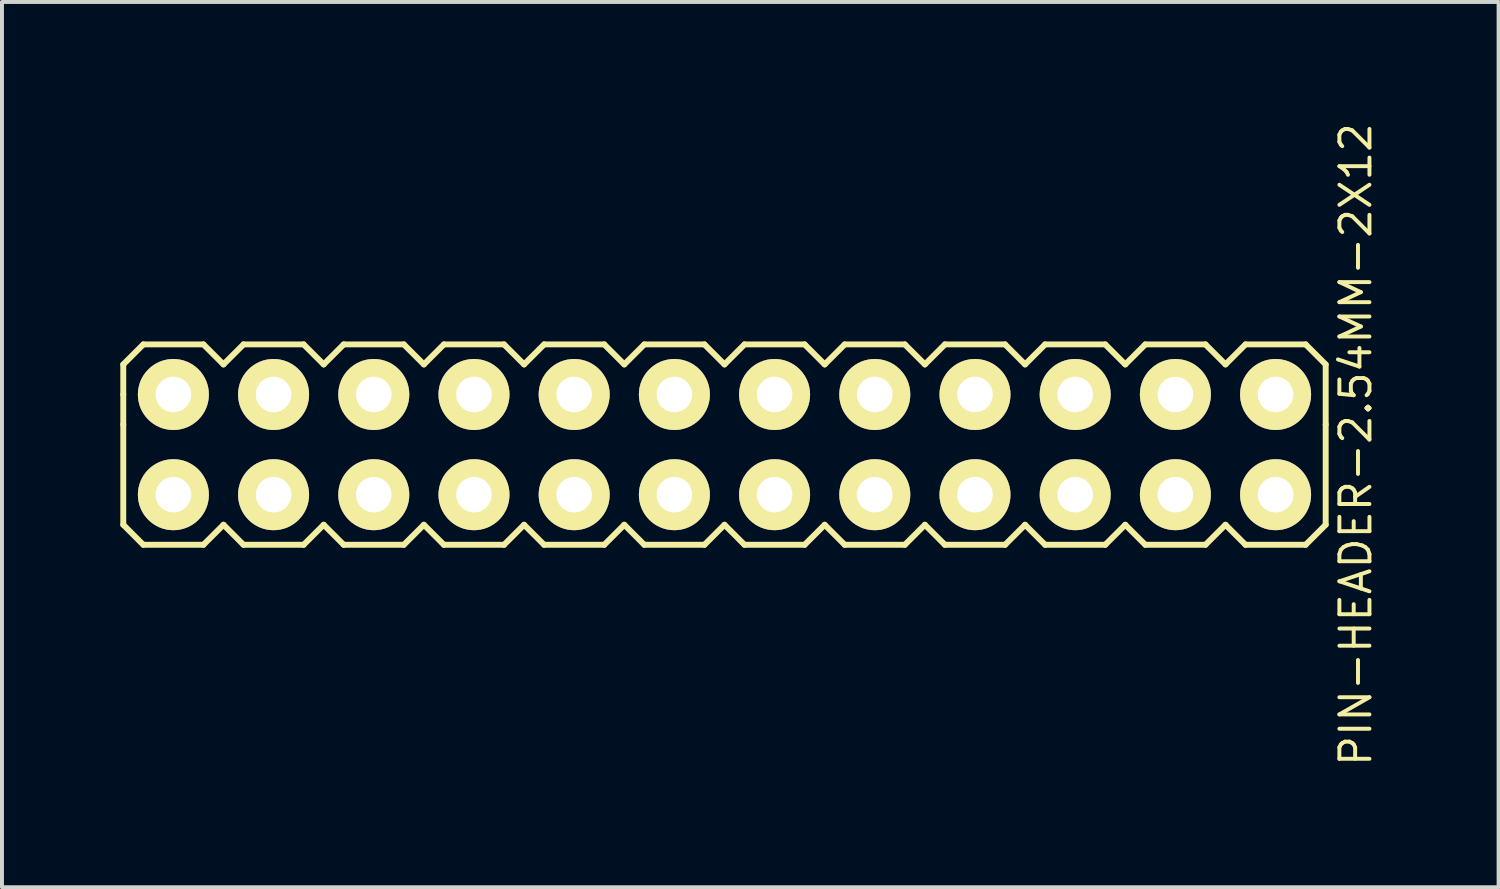
<source format=kicad_pcb>
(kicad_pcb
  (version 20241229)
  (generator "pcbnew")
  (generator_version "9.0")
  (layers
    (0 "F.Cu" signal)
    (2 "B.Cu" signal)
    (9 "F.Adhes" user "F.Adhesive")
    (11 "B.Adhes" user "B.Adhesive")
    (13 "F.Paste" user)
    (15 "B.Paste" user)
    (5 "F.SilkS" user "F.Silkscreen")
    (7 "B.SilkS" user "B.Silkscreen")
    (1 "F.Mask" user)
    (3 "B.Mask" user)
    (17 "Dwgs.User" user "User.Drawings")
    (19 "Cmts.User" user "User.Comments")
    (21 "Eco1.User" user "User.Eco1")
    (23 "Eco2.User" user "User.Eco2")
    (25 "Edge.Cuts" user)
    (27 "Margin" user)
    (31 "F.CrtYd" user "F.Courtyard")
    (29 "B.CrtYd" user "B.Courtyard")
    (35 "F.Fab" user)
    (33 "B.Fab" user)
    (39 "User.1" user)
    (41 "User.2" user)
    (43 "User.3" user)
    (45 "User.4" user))
  (footprint "PIN-HEADER-2.54MM-2X12"
    (layer "F.Cu")
    (at 15.315 8.22)
    (property "Reference" "PIN-HEADER-2.54MM-2X12" (at 16.002 0 90) (layer "F.SilkS") (effects (font (size 0.762 0.762) (thickness 0.1))))
    (attr through_hole)
    (fp_line (start -15.24 -2.032) (end -14.732 -2.54) (stroke (width 0.15) (type solid)) (layer "F.SilkS"))
    (fp_line (start -15.24 -1.27) (end -15.24 -2.032) (stroke (width 0.15) (type solid)) (layer "F.SilkS"))
    (fp_line (start -15.24 -0.508) (end -15.24 -1.27) (stroke (width 0.15) (type solid)) (layer "F.SilkS"))
    (fp_line (start -15.24 -0.508) (end -15.24 2.032) (stroke (width 0.15) (type solid)) (layer "F.SilkS"))
    (fp_line (start -14.732 -2.54) (end -13.208 -2.54) (stroke (width 0.15) (type solid)) (layer "F.SilkS"))
    (fp_line (start -14.732 2.54) (end -15.24 2.032) (stroke (width 0.15) (type solid)) (layer "F.SilkS"))
    (fp_line (start -13.208 -2.54) (end -12.7 -2.032) (stroke (width 0.15) (type solid)) (layer "F.SilkS"))
    (fp_line (start -13.208 2.54) (end -14.732 2.54) (stroke (width 0.15) (type solid)) (layer "F.SilkS"))
    (fp_line (start -12.7 -2.032) (end -12.192 -2.54) (stroke (width 0.15) (type solid)) (layer "F.SilkS"))
    (fp_line (start -12.7 2.032) (end -13.208 2.54) (stroke (width 0.15) (type solid)) (layer "F.SilkS"))
    (fp_line (start -12.192 -2.54) (end -10.668 -2.54) (stroke (width 0.15) (type solid)) (layer "F.SilkS"))
    (fp_line (start -12.192 2.54) (end -12.7 2.032) (stroke (width 0.15) (type solid)) (layer "F.SilkS"))
    (fp_line (start -10.668 -2.54) (end -10.16 -2.032) (stroke (width 0.15) (type solid)) (layer "F.SilkS"))
    (fp_line (start -10.668 2.54) (end -12.192 2.54) (stroke (width 0.15) (type solid)) (layer "F.SilkS"))
    (fp_line (start -10.16 -2.032) (end -9.652 -2.54) (stroke (width 0.15) (type solid)) (layer "F.SilkS"))
    (fp_line (start -10.16 2.032) (end -10.668 2.54) (stroke (width 0.15) (type solid)) (layer "F.SilkS"))
    (fp_line (start -9.652 -2.54) (end -8.128 -2.54) (stroke (width 0.15) (type solid)) (layer "F.SilkS"))
    (fp_line (start -9.652 2.54) (end -10.16 2.032) (stroke (width 0.15) (type solid)) (layer "F.SilkS"))
    (fp_line (start -8.128 -2.54) (end -7.62 -2.032) (stroke (width 0.15) (type solid)) (layer "F.SilkS"))
    (fp_line (start -8.128 2.54) (end -9.652 2.54) (stroke (width 0.15) (type solid)) (layer "F.SilkS"))
    (fp_line (start -7.62 -2.032) (end -7.112 -2.54) (stroke (width 0.15) (type solid)) (layer "F.SilkS"))
    (fp_line (start -7.62 2.032) (end -8.128 2.54) (stroke (width 0.15) (type solid)) (layer "F.SilkS"))
    (fp_line (start -7.112 -2.54) (end -5.588 -2.54) (stroke (width 0.15) (type solid)) (layer "F.SilkS"))
    (fp_line (start -7.112 2.54) (end -7.62 2.032) (stroke (width 0.15) (type solid)) (layer "F.SilkS"))
    (fp_line (start -5.588 -2.54) (end -5.08 -2.032) (stroke (width 0.15) (type solid)) (layer "F.SilkS"))
    (fp_line (start -5.588 2.54) (end -7.112 2.54) (stroke (width 0.15) (type solid)) (layer "F.SilkS"))
    (fp_line (start -5.08 -2.032) (end -4.572 -2.54) (stroke (width 0.15) (type solid)) (layer "F.SilkS"))
    (fp_line (start -5.08 2.032) (end -5.588 2.54) (stroke (width 0.15) (type solid)) (layer "F.SilkS"))
    (fp_line (start -4.572 -2.54) (end -3.048 -2.54) (stroke (width 0.15) (type solid)) (layer "F.SilkS"))
    (fp_line (start -4.572 2.54) (end -5.08 2.032) (stroke (width 0.15) (type solid)) (layer "F.SilkS"))
    (fp_line (start -3.048 -2.54) (end -2.54 -2.032) (stroke (width 0.15) (type solid)) (layer "F.SilkS"))
    (fp_line (start -3.048 2.54) (end -4.572 2.54) (stroke (width 0.15) (type solid)) (layer "F.SilkS"))
    (fp_line (start -2.54 -2.032) (end -2.032 -2.54) (stroke (width 0.15) (type solid)) (layer "F.SilkS"))
    (fp_line (start -2.54 2.032) (end -3.048 2.54) (stroke (width 0.15) (type solid)) (layer "F.SilkS"))
    (fp_line (start -2.032 -2.54) (end -0.508 -2.54) (stroke (width 0.15) (type solid)) (layer "F.SilkS"))
    (fp_line (start -2.032 2.54) (end -2.54 2.032) (stroke (width 0.15) (type solid)) (layer "F.SilkS"))
    (fp_line (start -0.508 -2.54) (end 0 -2.032) (stroke (width 0.15) (type solid)) (layer "F.SilkS"))
    (fp_line (start -0.508 2.54) (end -2.032 2.54) (stroke (width 0.15) (type solid)) (layer "F.SilkS"))
    (fp_line (start 0 -2.032) (end 0.508 -2.54) (stroke (width 0.15) (type solid)) (layer "F.SilkS"))
    (fp_line (start 0 2.032) (end -0.508 2.54) (stroke (width 0.15) (type solid)) (layer "F.SilkS"))
    (fp_line (start 0.508 -2.54) (end 2.032 -2.54) (stroke (width 0.15) (type solid)) (layer "F.SilkS"))
    (fp_line (start 0.508 2.54) (end 0 2.032) (stroke (width 0.15) (type solid)) (layer "F.SilkS"))
    (fp_line (start 2.032 -2.54) (end 2.54 -2.032) (stroke (width 0.15) (type solid)) (layer "F.SilkS"))
    (fp_line (start 2.032 2.54) (end 0.508 2.54) (stroke (width 0.15) (type solid)) (layer "F.SilkS"))
    (fp_line (start 2.54 -2.032) (end 3.048 -2.54) (stroke (width 0.15) (type solid)) (layer "F.SilkS"))
    (fp_line (start 2.54 2.032) (end 2.032 2.54) (stroke (width 0.15) (type solid)) (layer "F.SilkS"))
    (fp_line (start 3.048 -2.54) (end 4.572 -2.54) (stroke (width 0.15) (type solid)) (layer "F.SilkS"))
    (fp_line (start 3.048 2.54) (end 2.54 2.032) (stroke (width 0.15) (type solid)) (layer "F.SilkS"))
    (fp_line (start 4.572 -2.54) (end 5.08 -2.032) (stroke (width 0.15) (type solid)) (layer "F.SilkS"))
    (fp_line (start 4.572 2.54) (end 3.048 2.54) (stroke (width 0.15) (type solid)) (layer "F.SilkS"))
    (fp_line (start 5.08 -2.032) (end 5.588 -2.54) (stroke (width 0.15) (type solid)) (layer "F.SilkS"))
    (fp_line (start 5.08 2.032) (end 4.572 2.54) (stroke (width 0.15) (type solid)) (layer "F.SilkS"))
    (fp_line (start 5.588 -2.54) (end 7.112 -2.54) (stroke (width 0.15) (type solid)) (layer "F.SilkS"))
    (fp_line (start 5.588 2.54) (end 5.08 2.032) (stroke (width 0.15) (type solid)) (layer "F.SilkS"))
    (fp_line (start 7.112 -2.54) (end 7.62 -2.032) (stroke (width 0.15) (type solid)) (layer "F.SilkS"))
    (fp_line (start 7.112 2.54) (end 5.588 2.54) (stroke (width 0.15) (type solid)) (layer "F.SilkS"))
    (fp_line (start 7.62 -2.032) (end 8.128 -2.54) (stroke (width 0.15) (type solid)) (layer "F.SilkS"))
    (fp_line (start 7.62 2.032) (end 7.112 2.54) (stroke (width 0.15) (type solid)) (layer "F.SilkS"))
    (fp_line (start 8.128 -2.54) (end 9.652 -2.54) (stroke (width 0.15) (type solid)) (layer "F.SilkS"))
    (fp_line (start 8.128 2.54) (end 7.62 2.032) (stroke (width 0.15) (type solid)) (layer "F.SilkS"))
    (fp_line (start 9.652 -2.54) (end 10.16 -2.032) (stroke (width 0.15) (type solid)) (layer "F.SilkS"))
    (fp_line (start 9.652 2.54) (end 8.128 2.54) (stroke (width 0.15) (type solid)) (layer "F.SilkS"))
    (fp_line (start 10.16 -2.032) (end 10.668 -2.54) (stroke (width 0.15) (type solid)) (layer "F.SilkS"))
    (fp_line (start 10.16 2.032) (end 9.652 2.54) (stroke (width 0.15) (type solid)) (layer "F.SilkS"))
    (fp_line (start 10.668 -2.54) (end 12.192 -2.54) (stroke (width 0.15) (type solid)) (layer "F.SilkS"))
    (fp_line (start 10.668 2.54) (end 10.16 2.032) (stroke (width 0.15) (type solid)) (layer "F.SilkS"))
    (fp_line (start 12.192 -2.54) (end 12.7 -2.032) (stroke (width 0.15) (type solid)) (layer "F.SilkS"))
    (fp_line (start 12.192 2.54) (end 10.668 2.54) (stroke (width 0.15) (type solid)) (layer "F.SilkS"))
    (fp_line (start 12.7 -2.032) (end 13.208 -2.54) (stroke (width 0.15) (type solid)) (layer "F.SilkS"))
    (fp_line (start 12.7 2.032) (end 12.192 2.54) (stroke (width 0.15) (type solid)) (layer "F.SilkS"))
    (fp_line (start 13.208 -2.54) (end 14.732 -2.54) (stroke (width 0.15) (type solid)) (layer "F.SilkS"))
    (fp_line (start 13.208 2.54) (end 12.7 2.032) (stroke (width 0.15) (type solid)) (layer "F.SilkS"))
    (fp_line (start 14.732 -2.54) (end 15.24 -2.032) (stroke (width 0.15) (type solid)) (layer "F.SilkS"))
    (fp_line (start 14.732 2.54) (end 13.208 2.54) (stroke (width 0.15) (type solid)) (layer "F.SilkS"))
    (fp_line (start 15.24 -2.032) (end 15.24 -0.508) (stroke (width 0.15) (type solid)) (layer "F.SilkS"))
    (fp_line (start 15.24 -0.508) (end 15.24 2.032) (stroke (width 0.15) (type solid)) (layer "F.SilkS"))
    (fp_line (start 15.24 2.032) (end 14.732 2.54) (stroke (width 0.15) (type solid)) (layer "F.SilkS"))
    (pad "1" thru_hole circle (at -13.97 1.27) (size 1.8 1.8) (drill 0.9) (layers "*.Cu" "*.Mask" "F.SilkS"))
    (pad "2" thru_hole circle (at -13.97 -1.27) (size 1.8 1.8) (drill 0.9) (layers "*.Cu" "*.Mask" "F.SilkS"))
    (pad "3" thru_hole circle (at -11.43 1.27) (size 1.8 1.8) (drill 0.9) (layers "*.Cu" "*.Mask" "F.SilkS"))
    (pad "4" thru_hole circle (at -11.43 -1.27) (size 1.8 1.8) (drill 0.9) (layers "*.Cu" "*.Mask" "F.SilkS"))
    (pad "5" thru_hole circle (at -8.89 1.27) (size 1.8 1.8) (drill 0.9) (layers "*.Cu" "*.Mask" "F.SilkS"))
    (pad "6" thru_hole circle (at -8.89 -1.27) (size 1.8 1.8) (drill 0.9) (layers "*.Cu" "*.Mask" "F.SilkS"))
    (pad "7" thru_hole circle (at -6.35 1.27) (size 1.8 1.8) (drill 0.9) (layers "*.Cu" "*.Mask" "F.SilkS"))
    (pad "8" thru_hole circle (at -6.35 -1.27) (size 1.8 1.8) (drill 0.9) (layers "*.Cu" "*.Mask" "F.SilkS"))
    (pad "9" thru_hole circle (at -3.81 1.27) (size 1.8 1.8) (drill 0.9) (layers "*.Cu" "*.Mask" "F.SilkS"))
    (pad "10" thru_hole circle (at -3.81 -1.27) (size 1.8 1.8) (drill 0.9) (layers "*.Cu" "*.Mask" "F.SilkS"))
    (pad "11" thru_hole circle (at -1.27 1.27) (size 1.8 1.8) (drill 0.9) (layers "*.Cu" "*.Mask" "F.SilkS"))
    (pad "12" thru_hole circle (at -1.27 -1.27) (size 1.8 1.8) (drill 0.9) (layers "*.Cu" "*.Mask" "F.SilkS"))
    (pad "13" thru_hole circle (at 1.27 1.27) (size 1.8 1.8) (drill 0.9) (layers "*.Cu" "*.Mask" "F.SilkS"))
    (pad "14" thru_hole circle (at 1.27 -1.27) (size 1.8 1.8) (drill 0.9) (layers "*.Cu" "*.Mask" "F.SilkS"))
    (pad "15" thru_hole circle (at 3.81 1.27) (size 1.8 1.8) (drill 0.9) (layers "*.Cu" "*.Mask" "F.SilkS"))
    (pad "16" thru_hole circle (at 3.81 -1.27) (size 1.8 1.8) (drill 0.9) (layers "*.Cu" "*.Mask" "F.SilkS"))
    (pad "17" thru_hole circle (at 6.35 1.27) (size 1.8 1.8) (drill 0.9) (layers "*.Cu" "*.Mask" "F.SilkS"))
    (pad "18" thru_hole circle (at 6.35 -1.27) (size 1.8 1.8) (drill 0.9) (layers "*.Cu" "*.Mask" "F.SilkS"))
    (pad "19" thru_hole circle (at 8.89 1.27) (size 1.8 1.8) (drill 0.9) (layers "*.Cu" "*.Mask" "F.SilkS"))
    (pad "20" thru_hole circle (at 8.89 -1.27) (size 1.8 1.8) (drill 0.9) (layers "*.Cu" "*.Mask" "F.SilkS"))
    (pad "21" thru_hole circle (at 11.43 1.27) (size 1.8 1.8) (drill 0.9) (layers "*.Cu" "*.Mask" "F.SilkS"))
    (pad "22" thru_hole circle (at 11.43 -1.27) (size 1.8 1.8) (drill 0.9) (layers "*.Cu" "*.Mask" "F.SilkS"))
    (pad "23" thru_hole circle (at 13.97 1.27) (size 1.8 1.8) (drill 0.9) (layers "*.Cu" "*.Mask" "F.SilkS"))
    (pad "24" thru_hole circle (at 13.97 -1.27) (size 1.8 1.8) (drill 0.9) (layers "*.Cu" "*.Mask" "F.SilkS")))
  (gr_rect
    (start -3 -3)
    (end 34.938 19.44)
    (stroke (width 0.1) (type default))
    (fill no)
    (layer "Edge.Cuts")))
</source>
